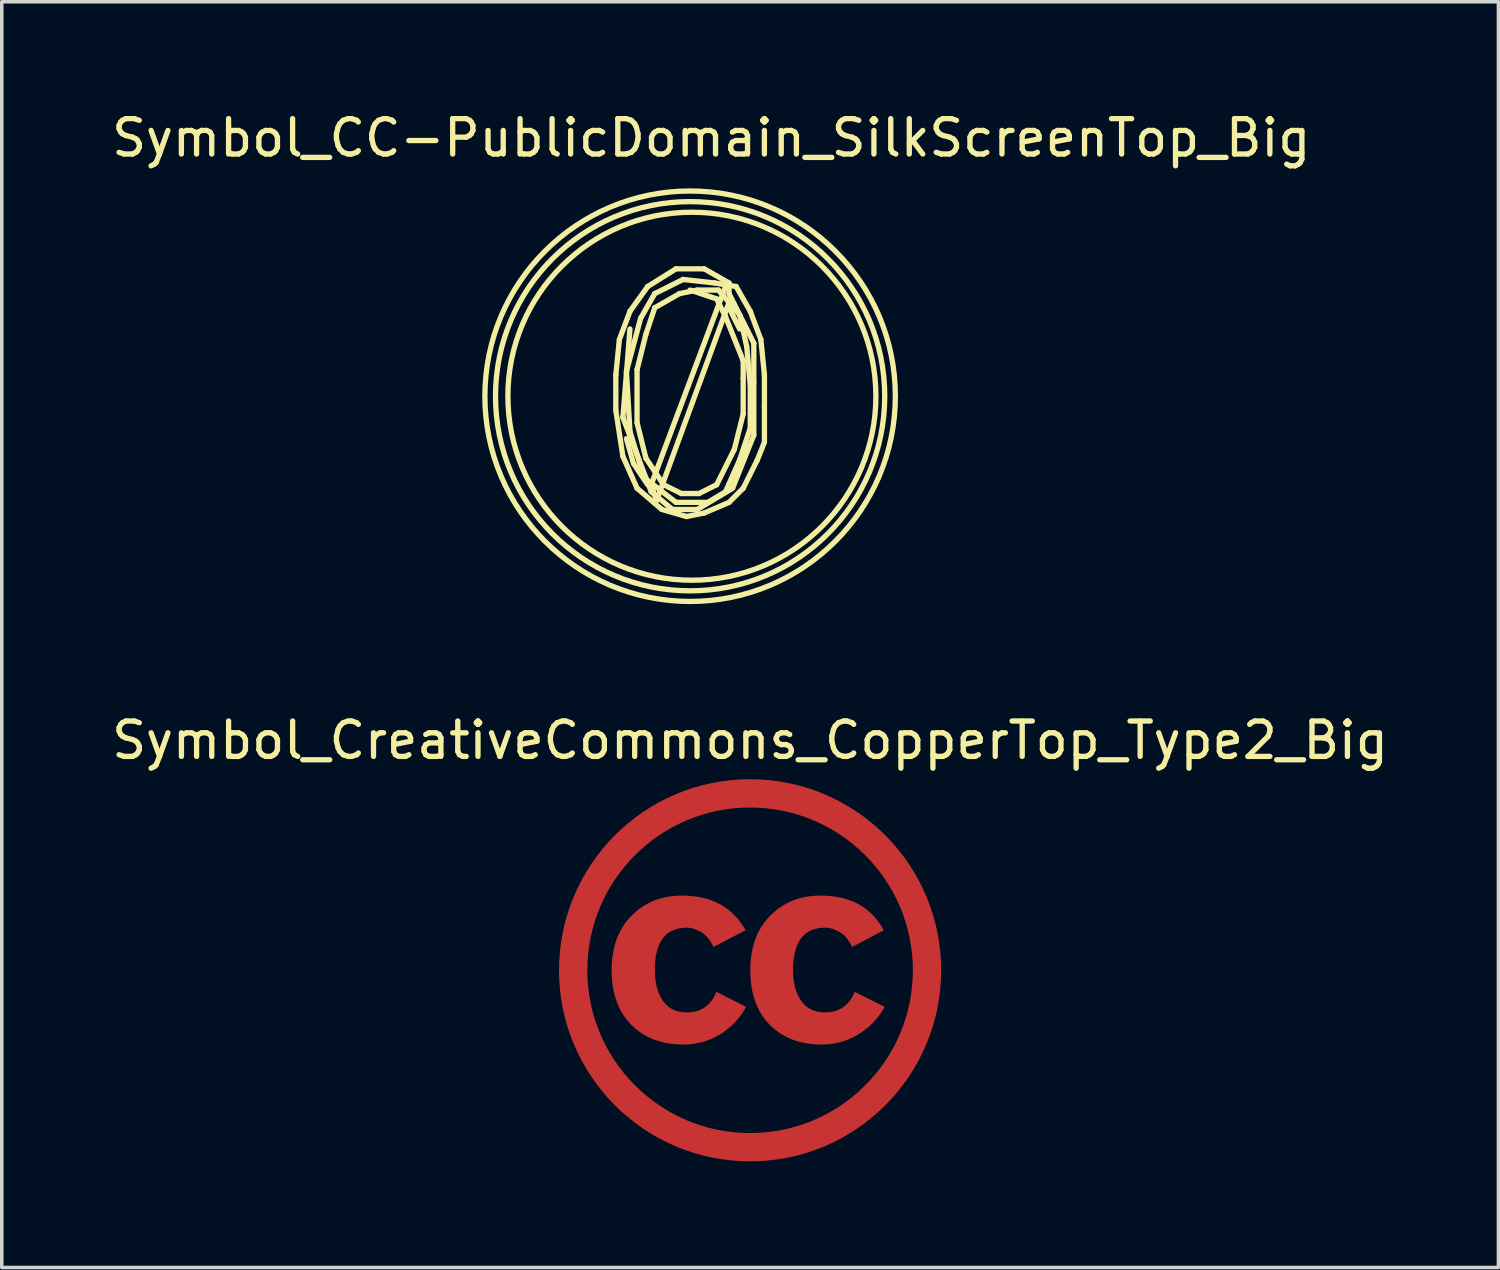
<source format=kicad_pcb>
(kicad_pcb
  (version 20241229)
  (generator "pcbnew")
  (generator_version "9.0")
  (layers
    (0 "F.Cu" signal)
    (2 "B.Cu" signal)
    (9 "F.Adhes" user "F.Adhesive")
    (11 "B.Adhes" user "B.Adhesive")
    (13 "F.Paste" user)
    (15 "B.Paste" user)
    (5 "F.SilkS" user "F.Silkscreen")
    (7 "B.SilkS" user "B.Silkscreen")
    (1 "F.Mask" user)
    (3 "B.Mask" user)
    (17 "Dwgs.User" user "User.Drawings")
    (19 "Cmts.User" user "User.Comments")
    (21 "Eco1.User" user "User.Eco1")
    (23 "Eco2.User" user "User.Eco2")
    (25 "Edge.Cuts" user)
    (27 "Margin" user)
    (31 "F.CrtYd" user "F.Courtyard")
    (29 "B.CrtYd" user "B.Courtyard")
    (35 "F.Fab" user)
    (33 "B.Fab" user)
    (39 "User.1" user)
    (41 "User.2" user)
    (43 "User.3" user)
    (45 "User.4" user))
  (footprint "Symbol_CC-PublicDomain_SilkScreenTop_Big"
    (layer "F.Cu")
    (at 16.454 8.148)
    (property "Reference" "Symbol_CC-PublicDomain_SilkScreenTop_Big" (at 0.599 -7.3 0) (layer "F.SilkS") (effects (font (size 1 1) (thickness 0.15))))
    (attr exclude_from_pos_files exclude_from_bom)
    (fp_line (start -2.1 -0.6) (end -2 -1.6) (stroke (width 0.15) (type solid)) (layer "F.SilkS"))
    (fp_line (start -2.1 0.4) (end -2.1 -0.6) (stroke (width 0.15) (type solid)) (layer "F.SilkS"))
    (fp_line (start -2 -1.6) (end -1.7 -2.4) (stroke (width 0.15) (type solid)) (layer "F.SilkS"))
    (fp_line (start -1.9 0.6) (end -1.7 -1.9) (stroke (width 0.15) (type solid)) (layer "F.SilkS"))
    (fp_line (start -1.9 1.7) (end -2.1 0.4) (stroke (width 0.15) (type solid)) (layer "F.SilkS"))
    (fp_line (start -1.8 -0.7) (end -1.4 -2.2) (stroke (width 0.15) (type solid)) (layer "F.SilkS"))
    (fp_line (start -1.8 1.2) (end -1.6 1.9) (stroke (width 0.15) (type solid)) (layer "F.SilkS"))
    (fp_line (start -1.7 -2.4) (end -1.2 -3.1) (stroke (width 0.15) (type solid)) (layer "F.SilkS"))
    (fp_line (start -1.7 1) (end -1.8 -0.7) (stroke (width 0.15) (type solid)) (layer "F.SilkS"))
    (fp_line (start -1.6 1.9) (end -1.2 2.5) (stroke (width 0.15) (type solid)) (layer "F.SilkS"))
    (fp_line (start -1.5 -0.75) (end -1.25 -1.75) (stroke (width 0.15) (type solid)) (layer "F.SilkS"))
    (fp_line (start -1.5 0.75) (end -1.5 -0.75) (stroke (width 0.15) (type solid)) (layer "F.SilkS"))
    (fp_line (start -1.5 2.6) (end -1.9 1.7) (stroke (width 0.15) (type solid)) (layer "F.SilkS"))
    (fp_line (start -1.4 -2.2) (end -1 -2.9) (stroke (width 0.15) (type solid)) (layer "F.SilkS"))
    (fp_line (start -1.3 2.3) (end -1.7 1) (stroke (width 0.15) (type solid)) (layer "F.SilkS"))
    (fp_line (start -1.25 -1.75) (end -1 -2.5) (stroke (width 0.15) (type solid)) (layer "F.SilkS"))
    (fp_line (start -1.25 1.75) (end -1.5 0.75) (stroke (width 0.15) (type solid)) (layer "F.SilkS"))
    (fp_line (start -1.2 -3.1) (end -0.4 -3.6) (stroke (width 0.15) (type solid)) (layer "F.SilkS"))
    (fp_line (start -1.1 2.5) (end 1 -3.1) (stroke (width 0.15) (type solid)) (layer "F.SilkS"))
    (fp_line (start -1.1 2.7) (end -1.9 0.6) (stroke (width 0.15) (type solid)) (layer "F.SilkS"))
    (fp_line (start -1 -2.9) (end -0.2 -3.3) (stroke (width 0.15) (type solid)) (layer "F.SilkS"))
    (fp_line (start -1 -2.5) (end -0.3 -2.9) (stroke (width 0.15) (type solid)) (layer "F.SilkS"))
    (fp_line (start -0.95 2.95) (end -1.1 2.5) (stroke (width 0.15) (type solid)) (layer "F.SilkS"))
    (fp_line (start -0.8 3.2) (end -1.5 2.6) (stroke (width 0.15) (type solid)) (layer "F.SilkS"))
    (fp_line (start -0.75 2.5) (end -1.25 1.75) (stroke (width 0.15) (type solid)) (layer "F.SilkS"))
    (fp_line (start -0.5 3.2) (end -1.1 2.7) (stroke (width 0.15) (type solid)) (layer "F.SilkS"))
    (fp_line (start -0.4 -3.6) (end 0.4 -3.6) (stroke (width 0.15) (type solid)) (layer "F.SilkS"))
    (fp_line (start -0.4 3) (end -1.3 2.3) (stroke (width 0.15) (type solid)) (layer "F.SilkS"))
    (fp_line (start -0.3 -2.9) (end 0.2 -3) (stroke (width 0.15) (type solid)) (layer "F.SilkS"))
    (fp_line (start -0.25 2.75) (end -0.75 2.5) (stroke (width 0.15) (type solid)) (layer "F.SilkS"))
    (fp_line (start -0.2 -3.3) (end 0.7 -3.2) (stroke (width 0.15) (type solid)) (layer "F.SilkS"))
    (fp_line (start -0.1 3.4) (end -0.8 3.2) (stroke (width 0.15) (type solid)) (layer "F.SilkS"))
    (fp_line (start 0 -3) (end 0.75 -2.75) (stroke (width 0.15) (type solid)) (layer "F.SilkS"))
    (fp_line (start 0.2 -3) (end 0.8 -3) (stroke (width 0.15) (type solid)) (layer "F.SilkS"))
    (fp_line (start 0.2 3.2) (end -0.5 3.2) (stroke (width 0.15) (type solid)) (layer "F.SilkS"))
    (fp_line (start 0.25 2.75) (end -0.25 2.75) (stroke (width 0.15) (type solid)) (layer "F.SilkS"))
    (fp_line (start 0.4 -3.6) (end 1.1 -3.2) (stroke (width 0.15) (type solid)) (layer "F.SilkS"))
    (fp_line (start 0.4 3.3) (end -0.1 3.4) (stroke (width 0.15) (type solid)) (layer "F.SilkS"))
    (fp_line (start 0.5 3) (end -0.4 3) (stroke (width 0.15) (type solid)) (layer "F.SilkS"))
    (fp_line (start 0.7 -3.2) (end 1.3 -3.1) (stroke (width 0.15) (type solid)) (layer "F.SilkS"))
    (fp_line (start 0.75 -2.75) (end 1 -2.25) (stroke (width 0.15) (type solid)) (layer "F.SilkS"))
    (fp_line (start 0.75 2.5) (end 0.25 2.75) (stroke (width 0.15) (type solid)) (layer "F.SilkS"))
    (fp_line (start 0.8 -3) (end 1.4 -2.3) (stroke (width 0.15) (type solid)) (layer "F.SilkS"))
    (fp_line (start 1 -2.25) (end 1.5 -1) (stroke (width 0.15) (type solid)) (layer "F.SilkS"))
    (fp_line (start 1 2.7) (end 0.5 3) (stroke (width 0.15) (type solid)) (layer "F.SilkS"))
    (fp_line (start 1.1 -3.2) (end 1.1 -2.9) (stroke (width 0.15) (type solid)) (layer "F.SilkS"))
    (fp_line (start 1.1 -2.9) (end 1.8 -1.5) (stroke (width 0.15) (type solid)) (layer "F.SilkS"))
    (fp_line (start 1.1 -2.65) (end -0.95 2.95) (stroke (width 0.15) (type solid)) (layer "F.SilkS"))
    (fp_line (start 1.1 -2.5) (end 1.4 -1.9) (stroke (width 0.15) (type solid)) (layer "F.SilkS"))
    (fp_line (start 1.1 3) (end 0.4 3.3) (stroke (width 0.15) (type solid)) (layer "F.SilkS"))
    (fp_line (start 1.2 2.6) (end 0.2 3.2) (stroke (width 0.15) (type solid)) (layer "F.SilkS"))
    (fp_line (start 1.25 1.5) (end 0.75 2.5) (stroke (width 0.15) (type solid)) (layer "F.SilkS"))
    (fp_line (start 1.3 -3.1) (end 1.7 -2.4) (stroke (width 0.15) (type solid)) (layer "F.SilkS"))
    (fp_line (start 1.4 -2.3) (end 1.6 -1.4) (stroke (width 0.15) (type solid)) (layer "F.SilkS"))
    (fp_line (start 1.4 1.8) (end 1 2.7) (stroke (width 0.15) (type solid)) (layer "F.SilkS"))
    (fp_line (start 1.5 -1) (end 1.5 -0.5) (stroke (width 0.15) (type solid)) (layer "F.SilkS"))
    (fp_line (start 1.5 -0.5) (end 1.5 0.5) (stroke (width 0.15) (type solid)) (layer "F.SilkS"))
    (fp_line (start 1.5 0.5) (end 1.25 1.5) (stroke (width 0.15) (type solid)) (layer "F.SilkS"))
    (fp_line (start 1.5 2.6) (end 1.1 3) (stroke (width 0.15) (type solid)) (layer "F.SilkS"))
    (fp_line (start 1.6 -1.4) (end 1.7 -0.3) (stroke (width 0.15) (type solid)) (layer "F.SilkS"))
    (fp_line (start 1.7 -2.4) (end 2 -1.6) (stroke (width 0.15) (type solid)) (layer "F.SilkS"))
    (fp_line (start 1.7 -0.3) (end 1.7 0.9) (stroke (width 0.15) (type solid)) (layer "F.SilkS"))
    (fp_line (start 1.7 0.9) (end 1.4 1.8) (stroke (width 0.15) (type solid)) (layer "F.SilkS"))
    (fp_line (start 1.8 -1.5) (end 1.8 -0.4) (stroke (width 0.15) (type solid)) (layer "F.SilkS"))
    (fp_line (start 1.8 -0.4) (end 1.8 1.1) (stroke (width 0.15) (type solid)) (layer "F.SilkS"))
    (fp_line (start 1.8 1.1) (end 1.2 2.6) (stroke (width 0.15) (type solid)) (layer "F.SilkS"))
    (fp_line (start 1.9 1.8) (end 1.5 2.6) (stroke (width 0.15) (type solid)) (layer "F.SilkS"))
    (fp_line (start 2 -1.6) (end 2.1 -0.6) (stroke (width 0.15) (type solid)) (layer "F.SilkS"))
    (fp_line (start 2.1 -0.6) (end 2.1 0.3) (stroke (width 0.15) (type solid)) (layer "F.SilkS"))
    (fp_line (start 2.1 0.3) (end 2.1 1.3) (stroke (width 0.15) (type solid)) (layer "F.SilkS"))
    (fp_line (start 2.1 1.3) (end 1.9 1.8) (stroke (width 0.15) (type solid)) (layer "F.SilkS"))
    (fp_circle (center 0 0) (end 5.5 0) (stroke (width 0.15) (type solid)) (fill no) (layer "F.SilkS"))
    (fp_circle (center 0 0) (end 5.8 -0.05) (stroke (width 0.15) (type solid)) (fill no) (layer "F.SilkS"))
    (fp_circle (center 0.05 0) (end 5.25 0) (stroke (width 0.15) (type solid)) (fill no) (layer "F.SilkS")))
  (footprint "Symbol_CreativeCommons_CopperTop_Type2_Big"
    (layer "F.Cu")
    (at 18.149 24.372)
    (property "Reference" "Symbol_CreativeCommons_CopperTop_Type2_Big" (at 0 -6.5 0) (layer "F.SilkS") (effects (font (size 1 1) (thickness 0.15))))
    (attr board_only exclude_from_pos_files exclude_from_bom allow_missing_courtyard)
    (fp_circle (center 0 0) (end 5 0) (stroke (width 0.8) (type default)) (fill no) (layer "F.Cu"))
    (fp_poly (pts (xy -1.775 -2.107) (xy -1.626 -2.096) (xy -1.483 -2.077) (xy -1.345 -2.05) (xy -1.213 -2.016) (xy -1.086 -1.974) (xy -0.965 -1.924) (xy -0.85 -1.867) (xy -0.74 -1.802) (xy -0.636 -1.729) (xy -0.537 -1.648) (xy -0.444 -1.56) (xy -0.357 -1.465) (xy -0.275 -1.361) (xy -0.198 -1.25) (xy -0.127 -1.132) (xy -0.127 -1.132) (xy -1.035 -0.66) (xy -1.053 -0.697) (xy -1.072 -0.733) (xy -1.092 -0.767) (xy -1.111 -0.8) (xy -1.132 -0.831) (xy -1.153 -0.861) (xy -1.174 -0.89) (xy -1.196 -0.917) (xy -1.219 -0.943) (xy -1.242 -0.967) (xy -1.266 -0.99) (xy -1.29 -1.011) (xy -1.314 -1.032) (xy -1.34 -1.05) (xy -1.365 -1.067) (xy -1.391 -1.083) (xy -1.418 -1.098) (xy -1.444 -1.112) (xy -1.47 -1.124) (xy -1.495 -1.136) (xy -1.521 -1.147) (xy -1.546 -1.157) (xy -1.571 -1.166) (xy -1.596 -1.174) (xy -1.62 -1.181) (xy -1.644 -1.187) (xy -1.668 -1.192) (xy -1.692 -1.197) (xy -1.715 -1.2) (xy -1.739 -1.202) (xy -1.762 -1.204) (xy -1.785 -1.204) (xy -1.84 -1.203) (xy -1.894 -1.199) (xy -1.947 -1.194) (xy -1.997 -1.185) (xy -2.046 -1.175) (xy -2.093 -1.162) (xy -2.138 -1.147) (xy -2.181 -1.129) (xy -2.223 -1.109) (xy -2.263 -1.087) (xy -2.301 -1.063) (xy -2.337 -1.036) (xy -2.372 -1.007) (xy -2.405 -0.975) (xy -2.436 -0.941) (xy -2.465 -0.905) (xy -2.492 -0.866) (xy -2.518 -0.825) (xy -2.542 -0.782) (xy -2.564 -0.736) (xy -2.585 -0.689) (xy -2.603 -0.638) (xy -2.62 -0.586) (xy -2.635 -0.531) (xy -2.648 -0.473) (xy -2.66 -0.414) (xy -2.67 -0.352) (xy -2.678 -0.287) (xy -2.684 -0.221) (xy -2.688 -0.152) (xy -2.691 -0.08) (xy -2.692 -0.007) (xy -2.691 0.06) (xy -2.688 0.126) (xy -2.684 0.19) (xy -2.677 0.252) (xy -2.669 0.312) (xy -2.66 0.371) (xy -2.648 0.428) (xy -2.634 0.483) (xy -2.619 0.536) (xy -2.602 0.588) (xy -2.583 0.638) (xy -2.563 0.687) (xy -2.54 0.734) (xy -2.516 0.779) (xy -2.49 0.822) (xy -2.462 0.864) (xy -2.433 0.903) (xy -2.401 0.94) (xy -2.368 0.975) (xy -2.334 1.007) (xy -2.316 1.022) (xy -2.297 1.036) (xy -2.278 1.05) (xy -2.259 1.063) (xy -2.239 1.075) (xy -2.219 1.087) (xy -2.199 1.098) (xy -2.178 1.109) (xy -2.135 1.128) (xy -2.09 1.145) (xy -2.043 1.159) (xy -1.995 1.17) (xy -1.945 1.179) (xy -1.893 1.186) (xy -1.84 1.189) (xy -1.785 1.191) (xy -1.712 1.188) (xy -1.642 1.182) (xy -1.575 1.17) (xy -1.51 1.154) (xy -1.448 1.134) (xy -1.389 1.109) (xy -1.333 1.079) (xy -1.28 1.045) (xy -1.229 1.007) (xy -1.181 0.964) (xy -1.135 0.916) (xy -1.093 0.864) (xy -1.053 0.807) (xy -1.016 0.746) (xy -0.981 0.68) (xy -0.95 0.61) (xy -0.115 1.033) (xy -0.149 1.095) (xy -0.185 1.154) (xy -0.222 1.212) (xy -0.261 1.268) (xy -0.302 1.323) (xy -0.344 1.376) (xy -0.388 1.427) (xy -0.433 1.477) (xy -0.48 1.524) (xy -0.528 1.571) (xy -0.578 1.615) (xy -0.63 1.658) (xy -0.684 1.7) (xy -0.739 1.739) (xy -0.795 1.777) (xy -0.853 1.814) (xy -0.913 1.848) (xy -0.973 1.88) (xy -1.033 1.91) (xy -1.095 1.938) (xy -1.157 1.964) (xy -1.22 1.987) (xy -1.284 2.008) (xy -1.349 2.027) (xy -1.414 2.043) (xy -1.481 2.058) (xy -1.547 2.07) (xy -1.615 2.08) (xy -1.684 2.088) (xy -1.753 2.093) (xy -1.823 2.097) (xy -1.893 2.098) (xy -2.005 2.096) (xy -2.115 2.089) (xy -2.221 2.078) (xy -2.325 2.063) (xy -2.426 2.044) (xy -2.524 2.02) (xy -2.62 1.991) (xy -2.713 1.959) (xy -2.803 1.922) (xy -2.89 1.881) (xy -2.975 1.835) (xy -3.057 1.785) (xy -3.136 1.731) (xy -3.213 1.672) (xy -3.286 1.609) (xy -3.357 1.541) (xy -3.424 1.47) (xy -3.487 1.396) (xy -3.546 1.317) (xy -3.6 1.236) (xy -3.65 1.151) (xy -3.696 1.063) (xy -3.737 0.971) (xy -3.774 0.876) (xy -3.807 0.778) (xy -3.835 0.676) (xy -3.859 0.571) (xy -3.879 0.462) (xy -3.894 0.35) (xy -3.905 0.235) (xy -3.911 0.116) (xy -3.913 -0.007) (xy -3.911 -0.126) (xy -3.905 -0.242) (xy -3.894 -0.355) (xy -3.878 -0.465) (xy -3.858 -0.572) (xy -3.834 -0.676) (xy -3.806 -0.777) (xy -3.773 -0.874) (xy -3.735 -0.969) (xy -3.694 -1.06) (xy -3.647 -1.148) (xy -3.597 -1.233) (xy -3.542 -1.315) (xy -3.483 -1.394) (xy -3.419 -1.47) (xy -3.351 -1.543) (xy -3.28 -1.611) (xy -3.206 -1.676) (xy -3.13 -1.736) (xy -3.051 -1.791) (xy -2.971 -1.842) (xy -2.888 -1.889) (xy -2.802 -1.931) (xy -2.714 -1.969) (xy -2.625 -2.002) (xy -2.532 -2.031) (xy -2.438 -2.056) (xy -2.341 -2.076) (xy -2.241 -2.091) (xy -2.14 -2.102) (xy -2.036 -2.109) (xy -1.93 -2.111)) (stroke (width 0) (type solid)) (fill yes) (layer "F.Cu"))
    (fp_poly (pts (xy 2.144 -2.107) (xy 2.292 -2.096) (xy 2.435 -2.077) (xy 2.573 -2.05) (xy 2.705 -2.016) (xy 2.831 -1.974) (xy 2.951 -1.924) (xy 3.066 -1.867) (xy 3.175 -1.802) (xy 3.278 -1.729) (xy 3.376 -1.648) (xy 3.468 -1.56) (xy 3.554 -1.465) (xy 3.635 -1.361) (xy 3.71 -1.25) (xy 3.779 -1.132) (xy 3.779 -1.132) (xy 2.884 -0.66) (xy 2.866 -0.697) (xy 2.847 -0.733) (xy 2.828 -0.767) (xy 2.808 -0.8) (xy 2.787 -0.831) (xy 2.766 -0.861) (xy 2.745 -0.89) (xy 2.722 -0.917) (xy 2.7 -0.943) (xy 2.677 -0.967) (xy 2.653 -0.99) (xy 2.629 -1.011) (xy 2.604 -1.032) (xy 2.579 -1.05) (xy 2.554 -1.067) (xy 2.527 -1.083) (xy 2.501 -1.098) (xy 2.475 -1.112) (xy 2.449 -1.124) (xy 2.423 -1.136) (xy 2.397 -1.147) (xy 2.371 -1.157) (xy 2.345 -1.166) (xy 2.32 -1.174) (xy 2.295 -1.181) (xy 2.27 -1.187) (xy 2.245 -1.192) (xy 2.22 -1.197) (xy 2.195 -1.2) (xy 2.171 -1.202) (xy 2.146 -1.204) (xy 2.122 -1.204) (xy 2.067 -1.203) (xy 2.012 -1.199) (xy 1.96 -1.194) (xy 1.91 -1.185) (xy 1.861 -1.175) (xy 1.814 -1.162) (xy 1.769 -1.147) (xy 1.725 -1.129) (xy 1.684 -1.109) (xy 1.644 -1.087) (xy 1.606 -1.063) (xy 1.569 -1.036) (xy 1.535 -1.007) (xy 1.502 -0.975) (xy 1.471 -0.941) (xy 1.442 -0.905) (xy 1.414 -0.866) (xy 1.389 -0.825) (xy 1.365 -0.782) (xy 1.343 -0.736) (xy 1.322 -0.689) (xy 1.304 -0.638) (xy 1.287 -0.586) (xy 1.272 -0.531) (xy 1.258 -0.473) (xy 1.247 -0.414) (xy 1.237 -0.352) (xy 1.229 -0.287) (xy 1.223 -0.221) (xy 1.218 -0.152) (xy 1.216 -0.08) (xy 1.215 -0.007) (xy 1.216 0.06) (xy 1.219 0.126) (xy 1.223 0.19) (xy 1.229 0.252) (xy 1.237 0.312) (xy 1.247 0.371) (xy 1.259 0.428) (xy 1.272 0.483) (xy 1.288 0.536) (xy 1.305 0.588) (xy 1.324 0.638) (xy 1.344 0.687) (xy 1.367 0.734) (xy 1.391 0.779) (xy 1.417 0.822) (xy 1.445 0.864) (xy 1.474 0.903) (xy 1.506 0.94) (xy 1.539 0.975) (xy 1.556 0.991) (xy 1.573 1.007) (xy 1.591 1.022) (xy 1.61 1.036) (xy 1.628 1.05) (xy 1.648 1.063) (xy 1.667 1.075) (xy 1.687 1.087) (xy 1.708 1.098) (xy 1.729 1.109) (xy 1.772 1.128) (xy 1.817 1.145) (xy 1.864 1.159) (xy 1.912 1.17) (xy 1.962 1.179) (xy 2.014 1.186) (xy 2.067 1.189) (xy 2.122 1.191) (xy 2.195 1.188) (xy 2.265 1.182) (xy 2.332 1.17) (xy 2.397 1.154) (xy 2.458 1.134) (xy 2.517 1.109) (xy 2.574 1.079) (xy 2.627 1.045) (xy 2.678 1.007) (xy 2.726 0.964) (xy 2.771 0.916) (xy 2.814 0.864) (xy 2.854 0.807) (xy 2.891 0.746) (xy 2.925 0.68) (xy 2.957 0.61) (xy 3.803 1.033) (xy 3.768 1.095) (xy 3.731 1.154) (xy 3.692 1.212) (xy 3.652 1.268) (xy 3.611 1.323) (xy 3.567 1.376) (xy 3.523 1.427) (xy 3.477 1.477) (xy 3.429 1.524) (xy 3.38 1.571) (xy 3.329 1.615) (xy 3.277 1.658) (xy 3.224 1.7) (xy 3.168 1.739) (xy 3.112 1.777) (xy 3.054 1.814) (xy 2.994 1.848) (xy 2.934 1.88) (xy 2.874 1.91) (xy 2.812 1.938) (xy 2.751 1.964) (xy 2.688 1.987) (xy 2.625 2.008) (xy 2.561 2.027) (xy 2.496 2.043) (xy 2.431 2.058) (xy 2.365 2.07) (xy 2.298 2.08) (xy 2.231 2.088) (xy 2.163 2.093) (xy 2.095 2.097) (xy 2.026 2.098) (xy 1.912 2.096) (xy 1.802 2.089) (xy 1.694 2.078) (xy 1.589 2.063) (xy 1.487 2.044) (xy 1.388 2.02) (xy 1.292 1.991) (xy 1.199 1.959) (xy 1.108 1.922) (xy 1.021 1.881) (xy 0.936 1.835) (xy 0.854 1.785) (xy 0.776 1.731) (xy 0.7 1.672) (xy 0.627 1.609) (xy 0.556 1.541) (xy 0.49 1.47) (xy 0.427 1.396) (xy 0.369 1.317) (xy 0.315 1.236) (xy 0.266 1.151) (xy 0.221 1.063) (xy 0.18 0.971) (xy 0.143 0.876) (xy 0.111 0.778) (xy 0.083 0.676) (xy 0.059 0.571) (xy 0.04 0.462) (xy 0.025 0.35) (xy 0.014 0.235) (xy 0.008 0.116) (xy 0.006 -0.007) (xy 0.008 -0.126) (xy 0.014 -0.242) (xy 0.025 -0.355) (xy 0.041 -0.465) (xy 0.061 -0.572) (xy 0.085 -0.676) (xy 0.113 -0.777) (xy 0.146 -0.874) (xy 0.184 -0.969) (xy 0.225 -1.06) (xy 0.271 -1.148) (xy 0.322 -1.233) (xy 0.377 -1.315) (xy 0.436 -1.394) (xy 0.5 -1.47) (xy 0.568 -1.543) (xy 0.64 -1.611) (xy 0.713 -1.676) (xy 0.789 -1.736) (xy 0.868 -1.791) (xy 0.949 -1.842) (xy 1.032 -1.889) (xy 1.117 -1.931) (xy 1.205 -1.969) (xy 1.294 -2.002) (xy 1.387 -2.031) (xy 1.481 -2.056) (xy 1.578 -2.076) (xy 1.678 -2.091) (xy 1.779 -2.102) (xy 1.883 -2.109) (xy 1.989 -2.111)) (stroke (width 0) (type solid)) (fill yes) (layer "F.Cu")))
  (gr_rect
    (start -3 -3)
    (end 39.298 32.772)
    (stroke (width 0.1) (type default))
    (fill no)
    (layer "Edge.Cuts")))
</source>
